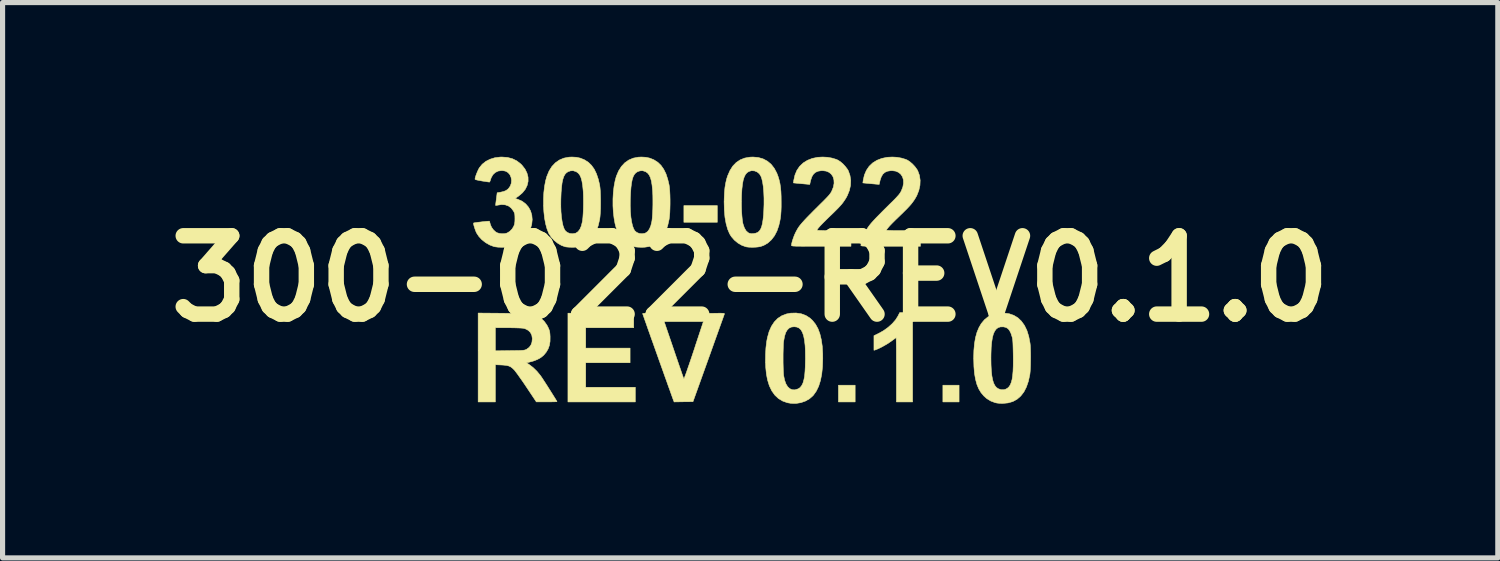
<source format=kicad_pcb>
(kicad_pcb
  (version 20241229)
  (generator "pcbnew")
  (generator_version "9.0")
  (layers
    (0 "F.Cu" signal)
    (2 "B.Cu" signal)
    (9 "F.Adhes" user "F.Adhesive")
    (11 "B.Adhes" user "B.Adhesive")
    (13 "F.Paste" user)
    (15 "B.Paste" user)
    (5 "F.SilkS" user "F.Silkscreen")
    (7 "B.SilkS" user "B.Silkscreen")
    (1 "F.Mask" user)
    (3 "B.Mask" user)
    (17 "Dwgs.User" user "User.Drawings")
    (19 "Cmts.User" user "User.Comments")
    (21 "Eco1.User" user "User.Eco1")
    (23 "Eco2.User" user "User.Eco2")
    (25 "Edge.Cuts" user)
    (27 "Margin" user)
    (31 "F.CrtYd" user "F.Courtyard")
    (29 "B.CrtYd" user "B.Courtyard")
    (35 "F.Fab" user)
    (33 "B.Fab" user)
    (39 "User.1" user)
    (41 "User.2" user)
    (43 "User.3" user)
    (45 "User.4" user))
  (footprint "300-022-REV0.1.0"
    (layer "F.Cu")
    (at 11.546 2.372)
    (property "Reference" "300-022-REV0.1.0" (at 0 0 0) (layer "F.SilkS") (effects (font (size 1.524 1.524) (thickness 0.3))))
    (attr through_hole)
    (fp_poly (pts (xy -0.64 -1.097) (xy -1.29 -1.097) (xy -1.29 -1.422) (xy -0.64 -1.422) (xy -0.64 -1.097)) (stroke (width 0.01) (type solid)) (fill yes) (layer "F.SilkS"))
    (fp_poly (pts (xy 2.042 2.398) (xy 1.717 2.398) (xy 1.717 2.073) (xy 2.042 2.073) (xy 2.042 2.398)) (stroke (width 0.01) (type solid)) (fill yes) (layer "F.SilkS"))
    (fp_poly (pts (xy 4.064 2.398) (xy 3.749 2.398) (xy 3.749 2.073) (xy 4.064 2.073) (xy 4.064 2.398)) (stroke (width 0.01) (type solid)) (fill yes) (layer "F.SilkS"))
    (fp_poly (pts (xy -2.266 0.955) (xy -3.2 0.955) (xy -3.2 1.351) (xy -2.337 1.351) (xy -2.337 1.636) (xy -3.2 1.636) (xy -3.2 2.113) (xy -2.235 2.113) (xy -2.235 2.398) (xy -3.546 2.398) (xy -3.546 0.671) (xy -2.266 0.671) (xy -2.266 0.955)) (stroke (width 0.01) (type solid)) (fill yes) (layer "F.SilkS"))
    (fp_poly (pts (xy 3.16 2.398) (xy 2.845 2.398) (xy 2.845 1.773) (xy 2.845 1.662) (xy 2.844 1.558) (xy 2.844 1.462) (xy 2.844 1.375) (xy 2.843 1.3) (xy 2.842 1.238) (xy 2.841 1.191) (xy 2.841 1.16) (xy 2.84 1.148) (xy 2.84 1.148) (xy 2.83 1.154) (xy 2.808 1.17) (xy 2.777 1.192) (xy 2.749 1.213) (xy 2.707 1.242) (xy 2.656 1.275) (xy 2.6 1.307) (xy 2.543 1.338) (xy 2.491 1.363) (xy 2.448 1.381) (xy 2.431 1.387) (xy 2.408 1.393) (xy 2.408 1.109) (xy 2.493 1.068) (xy 2.592 1.013) (xy 2.683 0.948) (xy 2.763 0.876) (xy 2.829 0.801) (xy 2.876 0.726) (xy 2.909 0.66) (xy 3.16 0.66) (xy 3.16 2.398)) (stroke (width 0.01) (type solid)) (fill yes) (layer "F.SilkS"))
    (fp_poly (pts (xy -1.514 1.303) (xy -1.477 1.412) (xy -1.442 1.515) (xy -1.409 1.611) (xy -1.379 1.699) (xy -1.352 1.776) (xy -1.33 1.841) (xy -1.312 1.892) (xy -1.299 1.928) (xy -1.292 1.947) (xy -1.291 1.949) (xy -1.286 1.942) (xy -1.276 1.917) (xy -1.26 1.875) (xy -1.239 1.817) (xy -1.214 1.744) (xy -1.184 1.658) (xy -1.15 1.558) (xy -1.113 1.448) (xy -1.073 1.327) (xy -1.071 1.319) (xy -0.858 0.676) (xy -0.677 0.673) (xy -0.612 0.672) (xy -0.566 0.672) (xy -0.534 0.673) (xy -0.514 0.674) (xy -0.504 0.678) (xy -0.501 0.683) (xy -0.502 0.688) (xy -0.506 0.7) (xy -0.517 0.73) (xy -0.533 0.776) (xy -0.555 0.837) (xy -0.582 0.912) (xy -0.613 0.998) (xy -0.648 1.096) (xy -0.686 1.202) (xy -0.727 1.317) (xy -0.77 1.438) (xy -0.81 1.549) (xy -1.113 2.393) (xy -1.297 2.395) (xy -1.48 2.398) (xy -1.497 2.355) (xy -1.506 2.33) (xy -1.521 2.289) (xy -1.541 2.233) (xy -1.565 2.165) (xy -1.594 2.086) (xy -1.625 1.998) (xy -1.66 1.901) (xy -1.696 1.799) (xy -1.734 1.693) (xy -1.773 1.584) (xy -1.812 1.474) (xy -1.851 1.364) (xy -1.889 1.257) (xy -1.926 1.154) (xy -1.96 1.057) (xy -1.992 0.968) (xy -2.02 0.887) (xy -2.045 0.817) (xy -2.065 0.76) (xy -2.08 0.716) (xy -2.09 0.689) (xy -2.093 0.679) (xy -2.083 0.676) (xy -2.057 0.674) (xy -2.016 0.672) (xy -1.965 0.671) (xy -1.912 0.671) (xy -1.73 0.671) (xy -1.514 1.303)) (stroke (width 0.01) (type solid)) (fill yes) (layer "F.SilkS"))
    (fp_poly (pts (xy 0.993 0.683) (xy 1.083 0.716) (xy 1.163 0.767) (xy 1.215 0.816) (xy 1.272 0.888) (xy 1.319 0.973) (xy 1.356 1.072) (xy 1.383 1.185) (xy 1.402 1.314) (xy 1.411 1.461) (xy 1.412 1.552) (xy 1.407 1.712) (xy 1.392 1.856) (xy 1.367 1.982) (xy 1.332 2.093) (xy 1.286 2.188) (xy 1.23 2.267) (xy 1.218 2.28) (xy 1.153 2.337) (xy 1.075 2.381) (xy 0.987 2.412) (xy 0.894 2.427) (xy 0.798 2.426) (xy 0.725 2.414) (xy 0.632 2.381) (xy 0.55 2.332) (xy 0.48 2.266) (xy 0.421 2.184) (xy 0.373 2.085) (xy 0.337 1.969) (xy 0.315 1.852) (xy 0.303 1.733) (xy 0.297 1.605) (xy 0.298 1.55) (xy 0.64 1.55) (xy 0.64 1.631) (xy 0.642 1.709) (xy 0.644 1.778) (xy 0.647 1.836) (xy 0.65 1.879) (xy 0.651 1.884) (xy 0.669 1.973) (xy 0.695 2.046) (xy 0.729 2.102) (xy 0.77 2.14) (xy 0.817 2.161) (xy 0.871 2.163) (xy 0.929 2.145) (xy 0.931 2.145) (xy 0.97 2.12) (xy 1.001 2.082) (xy 1.027 2.03) (xy 1.046 1.961) (xy 1.057 1.908) (xy 1.062 1.861) (xy 1.067 1.799) (xy 1.071 1.724) (xy 1.073 1.642) (xy 1.075 1.557) (xy 1.074 1.473) (xy 1.073 1.395) (xy 1.07 1.326) (xy 1.068 1.296) (xy 1.056 1.194) (xy 1.039 1.11) (xy 1.016 1.044) (xy 0.987 0.994) (xy 0.95 0.96) (xy 0.906 0.941) (xy 0.856 0.935) (xy 0.802 0.941) (xy 0.757 0.962) (xy 0.721 0.998) (xy 0.691 1.049) (xy 0.669 1.119) (xy 0.653 1.206) (xy 0.65 1.224) (xy 0.646 1.265) (xy 0.644 1.323) (xy 0.642 1.392) (xy 0.64 1.469) (xy 0.64 1.55) (xy 0.298 1.55) (xy 0.299 1.474) (xy 0.306 1.346) (xy 0.32 1.227) (xy 0.335 1.148) (xy 0.368 1.029) (xy 0.413 0.927) (xy 0.469 0.842) (xy 0.536 0.773) (xy 0.614 0.722) (xy 0.704 0.687) (xy 0.787 0.671) (xy 0.894 0.668) (xy 0.993 0.683)) (stroke (width 0.01) (type solid)) (fill yes) (layer "F.SilkS"))
    (fp_poly (pts (xy 5.038 0.682) (xy 5.128 0.713) (xy 5.208 0.761) (xy 5.277 0.827) (xy 5.336 0.909) (xy 5.384 1.008) (xy 5.42 1.124) (xy 5.445 1.255) (xy 5.45 1.301) (xy 5.453 1.362) (xy 5.455 1.435) (xy 5.456 1.514) (xy 5.455 1.596) (xy 5.454 1.676) (xy 5.451 1.749) (xy 5.447 1.812) (xy 5.442 1.859) (xy 5.441 1.865) (xy 5.413 1.995) (xy 5.374 2.108) (xy 5.325 2.204) (xy 5.264 2.283) (xy 5.193 2.345) (xy 5.111 2.39) (xy 5.018 2.417) (xy 4.914 2.427) (xy 4.897 2.427) (xy 4.85 2.425) (xy 4.803 2.42) (xy 4.768 2.413) (xy 4.68 2.38) (xy 4.602 2.332) (xy 4.546 2.282) (xy 4.492 2.218) (xy 4.447 2.144) (xy 4.411 2.057) (xy 4.384 1.957) (xy 4.364 1.842) (xy 4.353 1.71) (xy 4.349 1.561) (xy 4.348 1.549) (xy 4.684 1.549) (xy 4.686 1.681) (xy 4.692 1.794) (xy 4.702 1.889) (xy 4.717 1.968) (xy 4.736 2.031) (xy 4.761 2.08) (xy 4.791 2.117) (xy 4.826 2.141) (xy 4.882 2.161) (xy 4.936 2.161) (xy 4.971 2.15) (xy 5.006 2.131) (xy 5.035 2.104) (xy 5.06 2.067) (xy 5.079 2.02) (xy 5.095 1.962) (xy 5.106 1.89) (xy 5.114 1.802) (xy 5.118 1.699) (xy 5.119 1.578) (xy 5.118 1.476) (xy 5.116 1.385) (xy 5.114 1.313) (xy 5.112 1.255) (xy 5.109 1.21) (xy 5.105 1.175) (xy 5.1 1.148) (xy 5.096 1.133) (xy 5.073 1.062) (xy 5.047 1.01) (xy 5.017 0.973) (xy 4.98 0.95) (xy 4.934 0.938) (xy 4.921 0.937) (xy 4.87 0.938) (xy 4.826 0.951) (xy 4.789 0.978) (xy 4.758 1.019) (xy 4.732 1.074) (xy 4.713 1.146) (xy 4.699 1.234) (xy 4.689 1.339) (xy 4.685 1.463) (xy 4.684 1.549) (xy 4.348 1.549) (xy 4.348 1.547) (xy 4.352 1.397) (xy 4.364 1.263) (xy 4.384 1.146) (xy 4.413 1.042) (xy 4.451 0.951) (xy 4.496 0.873) (xy 4.559 0.798) (xy 4.632 0.739) (xy 4.717 0.697) (xy 4.81 0.674) (xy 4.827 0.672) (xy 4.938 0.668) (xy 5.038 0.682)) (stroke (width 0.01) (type solid)) (fill yes) (layer "F.SilkS"))
    (fp_poly (pts (xy 0.157 -2.358) (xy 0.251 -2.331) (xy 0.334 -2.287) (xy 0.407 -2.226) (xy 0.468 -2.148) (xy 0.518 -2.054) (xy 0.542 -1.991) (xy 0.563 -1.922) (xy 0.579 -1.852) (xy 0.59 -1.778) (xy 0.598 -1.696) (xy 0.602 -1.601) (xy 0.603 -1.494) (xy 0.603 -1.394) (xy 0.6 -1.311) (xy 0.595 -1.24) (xy 0.587 -1.175) (xy 0.576 -1.114) (xy 0.561 -1.051) (xy 0.558 -1.036) (xy 0.521 -0.928) (xy 0.472 -0.834) (xy 0.412 -0.756) (xy 0.342 -0.693) (xy 0.262 -0.647) (xy 0.199 -0.625) (xy 0.152 -0.617) (xy 0.094 -0.612) (xy 0.031 -0.611) (xy -0.028 -0.613) (xy -0.076 -0.619) (xy -0.084 -0.621) (xy -0.162 -0.649) (xy -0.238 -0.693) (xy -0.308 -0.751) (xy -0.367 -0.819) (xy -0.401 -0.874) (xy -0.439 -0.964) (xy -0.469 -1.072) (xy -0.491 -1.196) (xy -0.503 -1.335) (xy -0.507 -1.488) (xy -0.507 -1.496) (xy -0.171 -1.496) (xy -0.17 -1.401) (xy -0.167 -1.309) (xy -0.161 -1.224) (xy -0.154 -1.15) (xy -0.145 -1.09) (xy -0.139 -1.062) (xy -0.113 -0.988) (xy -0.081 -0.933) (xy -0.041 -0.896) (xy -0.02 -0.885) (xy 0.018 -0.876) (xy 0.064 -0.877) (xy 0.111 -0.886) (xy 0.147 -0.901) (xy 0.151 -0.903) (xy 0.18 -0.93) (xy 0.204 -0.966) (xy 0.223 -1.013) (xy 0.238 -1.073) (xy 0.25 -1.149) (xy 0.26 -1.242) (xy 0.264 -1.311) (xy 0.269 -1.443) (xy 0.269 -1.569) (xy 0.264 -1.685) (xy 0.255 -1.79) (xy 0.241 -1.881) (xy 0.223 -1.956) (xy 0.209 -1.992) (xy 0.179 -2.041) (xy 0.136 -2.076) (xy 0.085 -2.097) (xy 0.031 -2.101) (xy 0.018 -2.099) (xy -0.025 -2.086) (xy -0.062 -2.062) (xy -0.092 -2.027) (xy -0.116 -1.979) (xy -0.136 -1.917) (xy -0.15 -1.839) (xy -0.161 -1.744) (xy -0.168 -1.63) (xy -0.169 -1.591) (xy -0.171 -1.496) (xy -0.507 -1.496) (xy -0.505 -1.569) (xy -0.5 -1.68) (xy -0.491 -1.775) (xy -0.477 -1.858) (xy -0.46 -1.934) (xy -0.439 -2) (xy -0.394 -2.103) (xy -0.339 -2.19) (xy -0.273 -2.259) (xy -0.196 -2.311) (xy -0.109 -2.346) (xy -0.01 -2.364) (xy 0.054 -2.367) (xy 0.157 -2.358)) (stroke (width 0.01) (type solid)) (fill yes) (layer "F.SilkS"))
    (fp_poly (pts (xy -3.382 -2.362) (xy -3.307 -2.346) (xy -3.235 -2.317) (xy -3.22 -2.31) (xy -3.148 -2.264) (xy -3.087 -2.204) (xy -3.034 -2.13) (xy -2.991 -2.041) (xy -2.955 -1.934) (xy -2.929 -1.824) (xy -2.922 -1.772) (xy -2.916 -1.704) (xy -2.913 -1.625) (xy -2.911 -1.539) (xy -2.911 -1.451) (xy -2.912 -1.364) (xy -2.916 -1.283) (xy -2.921 -1.213) (xy -2.928 -1.157) (xy -2.929 -1.152) (xy -2.956 -1.036) (xy -2.989 -0.938) (xy -3.03 -0.854) (xy -3.079 -0.782) (xy -3.1 -0.758) (xy -3.165 -0.697) (xy -3.237 -0.653) (xy -3.316 -0.625) (xy -3.407 -0.612) (xy -3.463 -0.611) (xy -3.511 -0.612) (xy -3.555 -0.615) (xy -3.589 -0.619) (xy -3.599 -0.621) (xy -3.672 -0.647) (xy -3.744 -0.689) (xy -3.812 -0.743) (xy -3.87 -0.806) (xy -3.915 -0.874) (xy -3.92 -0.884) (xy -3.953 -0.968) (xy -3.98 -1.067) (xy -4.001 -1.179) (xy -4.014 -1.299) (xy -4.021 -1.416) (xy -3.685 -1.416) (xy -3.681 -1.301) (xy -3.672 -1.197) (xy -3.658 -1.106) (xy -3.641 -1.029) (xy -3.619 -0.969) (xy -3.597 -0.932) (xy -3.559 -0.9) (xy -3.511 -0.88) (xy -3.457 -0.874) (xy -3.403 -0.883) (xy -3.389 -0.888) (xy -3.348 -0.916) (xy -3.313 -0.963) (xy -3.285 -1.028) (xy -3.265 -1.111) (xy -3.261 -1.136) (xy -3.255 -1.193) (xy -3.25 -1.266) (xy -3.246 -1.349) (xy -3.244 -1.438) (xy -3.244 -1.527) (xy -3.245 -1.612) (xy -3.248 -1.687) (xy -3.25 -1.717) (xy -3.26 -1.817) (xy -3.274 -1.899) (xy -3.292 -1.965) (xy -3.315 -2.015) (xy -3.344 -2.052) (xy -3.38 -2.078) (xy -3.386 -2.082) (xy -3.441 -2.1) (xy -3.492 -2.099) (xy -3.543 -2.082) (xy -3.576 -2.06) (xy -3.604 -2.029) (xy -3.627 -1.987) (xy -3.645 -1.933) (xy -3.66 -1.864) (xy -3.67 -1.778) (xy -3.679 -1.674) (xy -3.679 -1.673) (xy -3.684 -1.541) (xy -3.685 -1.416) (xy -4.021 -1.416) (xy -4.021 -1.424) (xy -4.021 -1.552) (xy -4.015 -1.677) (xy -4.001 -1.796) (xy -3.98 -1.907) (xy -3.956 -1.991) (xy -3.913 -2.095) (xy -3.858 -2.183) (xy -3.791 -2.254) (xy -3.714 -2.308) (xy -3.627 -2.345) (xy -3.529 -2.364) (xy -3.468 -2.367) (xy -3.382 -2.362)) (stroke (width 0.01) (type solid)) (fill yes) (layer "F.SilkS"))
    (fp_poly (pts (xy -2.031 -2.362) (xy -1.956 -2.346) (xy -1.883 -2.317) (xy -1.869 -2.31) (xy -1.797 -2.264) (xy -1.735 -2.204) (xy -1.683 -2.13) (xy -1.639 -2.041) (xy -1.604 -1.934) (xy -1.578 -1.824) (xy -1.571 -1.772) (xy -1.565 -1.704) (xy -1.561 -1.625) (xy -1.559 -1.539) (xy -1.559 -1.451) (xy -1.561 -1.364) (xy -1.564 -1.283) (xy -1.57 -1.213) (xy -1.577 -1.157) (xy -1.578 -1.152) (xy -1.604 -1.036) (xy -1.637 -0.938) (xy -1.678 -0.854) (xy -1.728 -0.782) (xy -1.748 -0.758) (xy -1.814 -0.697) (xy -1.885 -0.653) (xy -1.965 -0.625) (xy -2.056 -0.612) (xy -2.112 -0.611) (xy -2.159 -0.612) (xy -2.204 -0.615) (xy -2.238 -0.619) (xy -2.248 -0.621) (xy -2.32 -0.647) (xy -2.393 -0.689) (xy -2.46 -0.743) (xy -2.519 -0.806) (xy -2.564 -0.874) (xy -2.569 -0.884) (xy -2.602 -0.968) (xy -2.629 -1.067) (xy -2.649 -1.179) (xy -2.663 -1.299) (xy -2.67 -1.416) (xy -2.334 -1.416) (xy -2.33 -1.301) (xy -2.321 -1.197) (xy -2.307 -1.106) (xy -2.289 -1.029) (xy -2.267 -0.969) (xy -2.245 -0.932) (xy -2.208 -0.9) (xy -2.159 -0.88) (xy -2.105 -0.874) (xy -2.051 -0.883) (xy -2.038 -0.888) (xy -1.996 -0.916) (xy -1.962 -0.963) (xy -1.934 -1.028) (xy -1.914 -1.111) (xy -1.91 -1.136) (xy -1.904 -1.193) (xy -1.899 -1.266) (xy -1.895 -1.349) (xy -1.893 -1.438) (xy -1.893 -1.527) (xy -1.894 -1.612) (xy -1.897 -1.687) (xy -1.899 -1.717) (xy -1.909 -1.817) (xy -1.922 -1.899) (xy -1.941 -1.965) (xy -1.964 -2.015) (xy -1.993 -2.052) (xy -2.028 -2.078) (xy -2.035 -2.082) (xy -2.089 -2.1) (xy -2.141 -2.099) (xy -2.191 -2.082) (xy -2.225 -2.06) (xy -2.253 -2.029) (xy -2.276 -1.987) (xy -2.294 -1.933) (xy -2.308 -1.864) (xy -2.319 -1.778) (xy -2.327 -1.674) (xy -2.327 -1.673) (xy -2.333 -1.541) (xy -2.334 -1.416) (xy -2.67 -1.416) (xy -2.67 -1.424) (xy -2.67 -1.552) (xy -2.663 -1.677) (xy -2.649 -1.796) (xy -2.628 -1.907) (xy -2.605 -1.991) (xy -2.561 -2.095) (xy -2.506 -2.183) (xy -2.44 -2.254) (xy -2.363 -2.308) (xy -2.276 -2.345) (xy -2.178 -2.364) (xy -2.117 -2.367) (xy -2.031 -2.362)) (stroke (width 0.01) (type solid)) (fill yes) (layer "F.SilkS"))
    (fp_poly (pts (xy 1.504 -2.362) (xy 1.593 -2.346) (xy 1.672 -2.322) (xy 1.708 -2.306) (xy 1.757 -2.274) (xy 1.808 -2.23) (xy 1.855 -2.178) (xy 1.894 -2.126) (xy 1.909 -2.1) (xy 1.941 -2.01) (xy 1.956 -1.915) (xy 1.952 -1.816) (xy 1.93 -1.717) (xy 1.89 -1.618) (xy 1.864 -1.569) (xy 1.838 -1.529) (xy 1.812 -1.491) (xy 1.783 -1.453) (xy 1.748 -1.413) (xy 1.706 -1.368) (xy 1.654 -1.316) (xy 1.59 -1.253) (xy 1.556 -1.221) (xy 1.476 -1.143) (xy 1.411 -1.078) (xy 1.361 -1.026) (xy 1.326 -0.986) (xy 1.306 -0.958) (xy 1.3 -0.943) (xy 1.31 -0.941) (xy 1.338 -0.939) (xy 1.381 -0.938) (xy 1.438 -0.936) (xy 1.505 -0.935) (xy 1.58 -0.935) (xy 1.631 -0.935) (xy 1.961 -0.935) (xy 1.961 -0.63) (xy 1.382 -0.63) (xy 1.258 -0.63) (xy 1.154 -0.63) (xy 1.066 -0.63) (xy 0.995 -0.631) (xy 0.937 -0.632) (xy 0.892 -0.632) (xy 0.859 -0.634) (xy 0.835 -0.635) (xy 0.818 -0.638) (xy 0.809 -0.64) (xy 0.804 -0.643) (xy 0.803 -0.647) (xy 0.803 -0.647) (xy 0.807 -0.682) (xy 0.819 -0.73) (xy 0.837 -0.785) (xy 0.858 -0.842) (xy 0.879 -0.889) (xy 0.897 -0.924) (xy 0.915 -0.957) (xy 0.934 -0.989) (xy 0.957 -1.022) (xy 0.985 -1.057) (xy 1.018 -1.096) (xy 1.059 -1.141) (xy 1.108 -1.193) (xy 1.167 -1.253) (xy 1.237 -1.324) (xy 1.32 -1.406) (xy 1.365 -1.451) (xy 1.425 -1.51) (xy 1.472 -1.558) (xy 1.509 -1.597) (xy 1.537 -1.628) (xy 1.557 -1.655) (xy 1.574 -1.679) (xy 1.587 -1.703) (xy 1.588 -1.707) (xy 1.619 -1.783) (xy 1.632 -1.856) (xy 1.629 -1.923) (xy 1.612 -1.982) (xy 1.58 -2.031) (xy 1.535 -2.069) (xy 1.478 -2.093) (xy 1.409 -2.102) (xy 1.381 -2.101) (xy 1.32 -2.091) (xy 1.27 -2.069) (xy 1.231 -2.034) (xy 1.2 -1.983) (xy 1.177 -1.915) (xy 1.164 -1.859) (xy 1.159 -1.834) (xy 1 -1.848) (xy 0.841 -1.863) (xy 0.848 -1.915) (xy 0.871 -2.017) (xy 0.909 -2.108) (xy 0.963 -2.187) (xy 1.032 -2.252) (xy 1.114 -2.303) (xy 1.208 -2.34) (xy 1.315 -2.362) (xy 1.412 -2.367) (xy 1.504 -2.362)) (stroke (width 0.01) (type solid)) (fill yes) (layer "F.SilkS"))
    (fp_poly (pts (xy 2.855 -2.362) (xy 2.944 -2.346) (xy 3.024 -2.322) (xy 3.06 -2.306) (xy 3.108 -2.274) (xy 3.159 -2.23) (xy 3.207 -2.178) (xy 3.245 -2.126) (xy 3.26 -2.1) (xy 3.293 -2.01) (xy 3.307 -1.915) (xy 3.303 -1.816) (xy 3.281 -1.717) (xy 3.242 -1.618) (xy 3.215 -1.569) (xy 3.19 -1.529) (xy 3.163 -1.491) (xy 3.134 -1.453) (xy 3.099 -1.413) (xy 3.057 -1.368) (xy 3.005 -1.316) (xy 2.941 -1.253) (xy 2.908 -1.221) (xy 2.827 -1.143) (xy 2.762 -1.078) (xy 2.712 -1.026) (xy 2.678 -0.986) (xy 2.657 -0.958) (xy 2.652 -0.943) (xy 2.662 -0.941) (xy 2.689 -0.939) (xy 2.732 -0.938) (xy 2.789 -0.936) (xy 2.856 -0.935) (xy 2.932 -0.935) (xy 2.982 -0.935) (xy 3.312 -0.935) (xy 3.312 -0.63) (xy 2.733 -0.63) (xy 2.61 -0.63) (xy 2.505 -0.63) (xy 2.418 -0.63) (xy 2.346 -0.631) (xy 2.289 -0.632) (xy 2.244 -0.632) (xy 2.21 -0.634) (xy 2.186 -0.635) (xy 2.17 -0.638) (xy 2.16 -0.64) (xy 2.155 -0.643) (xy 2.154 -0.647) (xy 2.154 -0.647) (xy 2.158 -0.682) (xy 2.17 -0.73) (xy 2.188 -0.785) (xy 2.21 -0.842) (xy 2.23 -0.889) (xy 2.248 -0.924) (xy 2.266 -0.957) (xy 2.286 -0.989) (xy 2.309 -1.022) (xy 2.336 -1.057) (xy 2.369 -1.096) (xy 2.41 -1.141) (xy 2.459 -1.193) (xy 2.518 -1.253) (xy 2.588 -1.324) (xy 2.671 -1.406) (xy 2.716 -1.451) (xy 2.777 -1.51) (xy 2.824 -1.558) (xy 2.86 -1.597) (xy 2.888 -1.628) (xy 2.909 -1.655) (xy 2.925 -1.679) (xy 2.938 -1.703) (xy 2.94 -1.707) (xy 2.97 -1.783) (xy 2.983 -1.856) (xy 2.981 -1.923) (xy 2.963 -1.982) (xy 2.931 -2.031) (xy 2.886 -2.069) (xy 2.829 -2.093) (xy 2.76 -2.102) (xy 2.733 -2.101) (xy 2.671 -2.091) (xy 2.621 -2.069) (xy 2.582 -2.034) (xy 2.551 -1.983) (xy 2.528 -1.915) (xy 2.515 -1.859) (xy 2.51 -1.834) (xy 2.351 -1.848) (xy 2.192 -1.863) (xy 2.199 -1.915) (xy 2.222 -2.017) (xy 2.261 -2.108) (xy 2.315 -2.187) (xy 2.383 -2.252) (xy 2.465 -2.303) (xy 2.56 -2.34) (xy 2.666 -2.362) (xy 2.764 -2.367) (xy 2.855 -2.362)) (stroke (width 0.01) (type solid)) (fill yes) (layer "F.SilkS"))
    (fp_poly (pts (xy -4.808 0.673) (xy -4.687 0.675) (xy -4.584 0.676) (xy -4.497 0.678) (xy -4.425 0.68) (xy -4.365 0.683) (xy -4.316 0.686) (xy -4.275 0.691) (xy -4.24 0.697) (xy -4.21 0.704) (xy -4.183 0.713) (xy -4.156 0.724) (xy -4.129 0.736) (xy -4.064 0.776) (xy -4.005 0.833) (xy -3.955 0.903) (xy -3.935 0.941) (xy -3.918 0.979) (xy -3.907 1.009) (xy -3.9 1.04) (xy -3.896 1.078) (xy -3.893 1.128) (xy -3.894 1.22) (xy -3.907 1.298) (xy -3.932 1.367) (xy -3.97 1.432) (xy -3.972 1.434) (xy -4.019 1.49) (xy -4.074 1.535) (xy -4.142 1.573) (xy -4.223 1.604) (xy -4.321 1.63) (xy -4.322 1.63) (xy -4.352 1.637) (xy -4.297 1.673) (xy -4.223 1.73) (xy -4.15 1.801) (xy -4.085 1.88) (xy -4.069 1.902) (xy -4.045 1.937) (xy -4.016 1.982) (xy -3.982 2.034) (xy -3.946 2.09) (xy -3.909 2.149) (xy -3.873 2.206) (xy -3.839 2.26) (xy -3.809 2.308) (xy -3.784 2.348) (xy -3.767 2.376) (xy -3.76 2.391) (xy -3.759 2.392) (xy -3.769 2.394) (xy -3.796 2.395) (xy -3.837 2.396) (xy -3.889 2.397) (xy -3.949 2.397) (xy -3.96 2.397) (xy -4.161 2.397) (xy -4.348 2.116) (xy -4.395 2.046) (xy -4.442 1.978) (xy -4.486 1.916) (xy -4.524 1.862) (xy -4.557 1.818) (xy -4.581 1.787) (xy -4.589 1.777) (xy -4.626 1.741) (xy -4.661 1.715) (xy -4.699 1.698) (xy -4.746 1.687) (xy -4.806 1.681) (xy -4.844 1.679) (xy -4.958 1.674) (xy -4.958 2.398) (xy -5.293 2.398) (xy -5.293 0.955) (xy -4.958 0.955) (xy -4.958 1.404) (xy -4.676 1.4) (xy -4.593 1.399) (xy -4.527 1.398) (xy -4.476 1.397) (xy -4.438 1.395) (xy -4.41 1.392) (xy -4.39 1.389) (xy -4.374 1.384) (xy -4.36 1.379) (xy -4.352 1.375) (xy -4.3 1.337) (xy -4.265 1.289) (xy -4.246 1.236) (xy -4.239 1.165) (xy -4.249 1.101) (xy -4.276 1.047) (xy -4.319 1.005) (xy -4.377 0.975) (xy -4.41 0.966) (xy -4.435 0.963) (xy -4.477 0.96) (xy -4.533 0.958) (xy -4.598 0.956) (xy -4.67 0.955) (xy -4.71 0.955) (xy -4.958 0.955) (xy -5.293 0.955) (xy -5.293 0.669) (xy -4.808 0.673)) (stroke (width 0.01) (type solid)) (fill yes) (layer "F.SilkS"))
    (fp_poly (pts (xy -4.723 -2.359) (xy -4.627 -2.334) (xy -4.541 -2.292) (xy -4.465 -2.233) (xy -4.442 -2.21) (xy -4.382 -2.134) (xy -4.343 -2.055) (xy -4.322 -1.975) (xy -4.321 -1.894) (xy -4.339 -1.816) (xy -4.375 -1.741) (xy -4.43 -1.672) (xy -4.503 -1.61) (xy -4.518 -1.599) (xy -4.574 -1.562) (xy -4.515 -1.542) (xy -4.434 -1.505) (xy -4.367 -1.454) (xy -4.313 -1.391) (xy -4.273 -1.318) (xy -4.249 -1.237) (xy -4.241 -1.15) (xy -4.25 -1.06) (xy -4.276 -0.968) (xy -4.297 -0.918) (xy -4.35 -0.833) (xy -4.419 -0.758) (xy -4.5 -0.696) (xy -4.591 -0.649) (xy -4.661 -0.626) (xy -4.711 -0.617) (xy -4.773 -0.612) (xy -4.84 -0.611) (xy -4.905 -0.613) (xy -4.962 -0.62) (xy -4.986 -0.625) (xy -5.068 -0.656) (xy -5.147 -0.701) (xy -5.219 -0.757) (xy -5.279 -0.822) (xy -5.324 -0.89) (xy -5.327 -0.896) (xy -5.341 -0.929) (xy -5.355 -0.968) (xy -5.368 -1.008) (xy -5.378 -1.043) (xy -5.383 -1.07) (xy -5.382 -1.083) (xy -5.382 -1.083) (xy -5.371 -1.086) (xy -5.344 -1.09) (xy -5.306 -1.096) (xy -5.26 -1.101) (xy -5.212 -1.107) (xy -5.165 -1.112) (xy -5.124 -1.116) (xy -5.093 -1.118) (xy -5.075 -1.119) (xy -5.073 -1.118) (xy -5.07 -1.106) (xy -5.062 -1.081) (xy -5.056 -1.056) (xy -5.032 -1) (xy -4.995 -0.949) (xy -4.95 -0.908) (xy -4.923 -0.893) (xy -4.878 -0.88) (xy -4.825 -0.874) (xy -4.772 -0.877) (xy -4.731 -0.888) (xy -4.678 -0.92) (xy -4.632 -0.967) (xy -4.601 -1.018) (xy -4.589 -1.049) (xy -4.582 -1.08) (xy -4.578 -1.118) (xy -4.577 -1.168) (xy -4.578 -1.215) (xy -4.58 -1.248) (xy -4.586 -1.274) (xy -4.596 -1.298) (xy -4.609 -1.321) (xy -4.651 -1.376) (xy -4.704 -1.415) (xy -4.767 -1.437) (xy -4.839 -1.442) (xy -4.897 -1.433) (xy -4.927 -1.428) (xy -4.948 -1.425) (xy -4.953 -1.425) (xy -4.953 -1.435) (xy -4.95 -1.462) (xy -4.945 -1.501) (xy -4.939 -1.548) (xy -4.939 -1.549) (xy -4.923 -1.671) (xy -4.854 -1.683) (xy -4.798 -1.696) (xy -4.755 -1.713) (xy -4.721 -1.736) (xy -4.702 -1.754) (xy -4.667 -1.803) (xy -4.648 -1.858) (xy -4.643 -1.916) (xy -4.653 -1.972) (xy -4.675 -2.023) (xy -4.711 -2.064) (xy -4.752 -2.089) (xy -4.782 -2.097) (xy -4.82 -2.102) (xy -4.838 -2.103) (xy -4.903 -2.094) (xy -4.959 -2.067) (xy -5.005 -2.024) (xy -5.038 -1.967) (xy -5.051 -1.93) (xy -5.06 -1.901) (xy -5.069 -1.883) (xy -5.074 -1.879) (xy -5.088 -1.881) (xy -5.117 -1.885) (xy -5.159 -1.892) (xy -5.208 -1.899) (xy -5.22 -1.901) (xy -5.278 -1.912) (xy -5.319 -1.92) (xy -5.343 -1.928) (xy -5.354 -1.935) (xy -5.354 -1.938) (xy -5.35 -1.962) (xy -5.339 -2) (xy -5.323 -2.044) (xy -5.304 -2.089) (xy -5.285 -2.13) (xy -5.269 -2.158) (xy -5.214 -2.226) (xy -5.144 -2.282) (xy -5.061 -2.324) (xy -4.968 -2.353) (xy -4.866 -2.366) (xy -4.831 -2.367) (xy -4.723 -2.359)) (stroke (width 0.01) (type solid)) (fill yes) (layer "F.SilkS")))
  (gr_rect
    (start -3 -3)
    (end 26.092 7.805)
    (stroke (width 0.1) (type default))
    (fill no)
    (layer "Edge.Cuts")))
</source>
